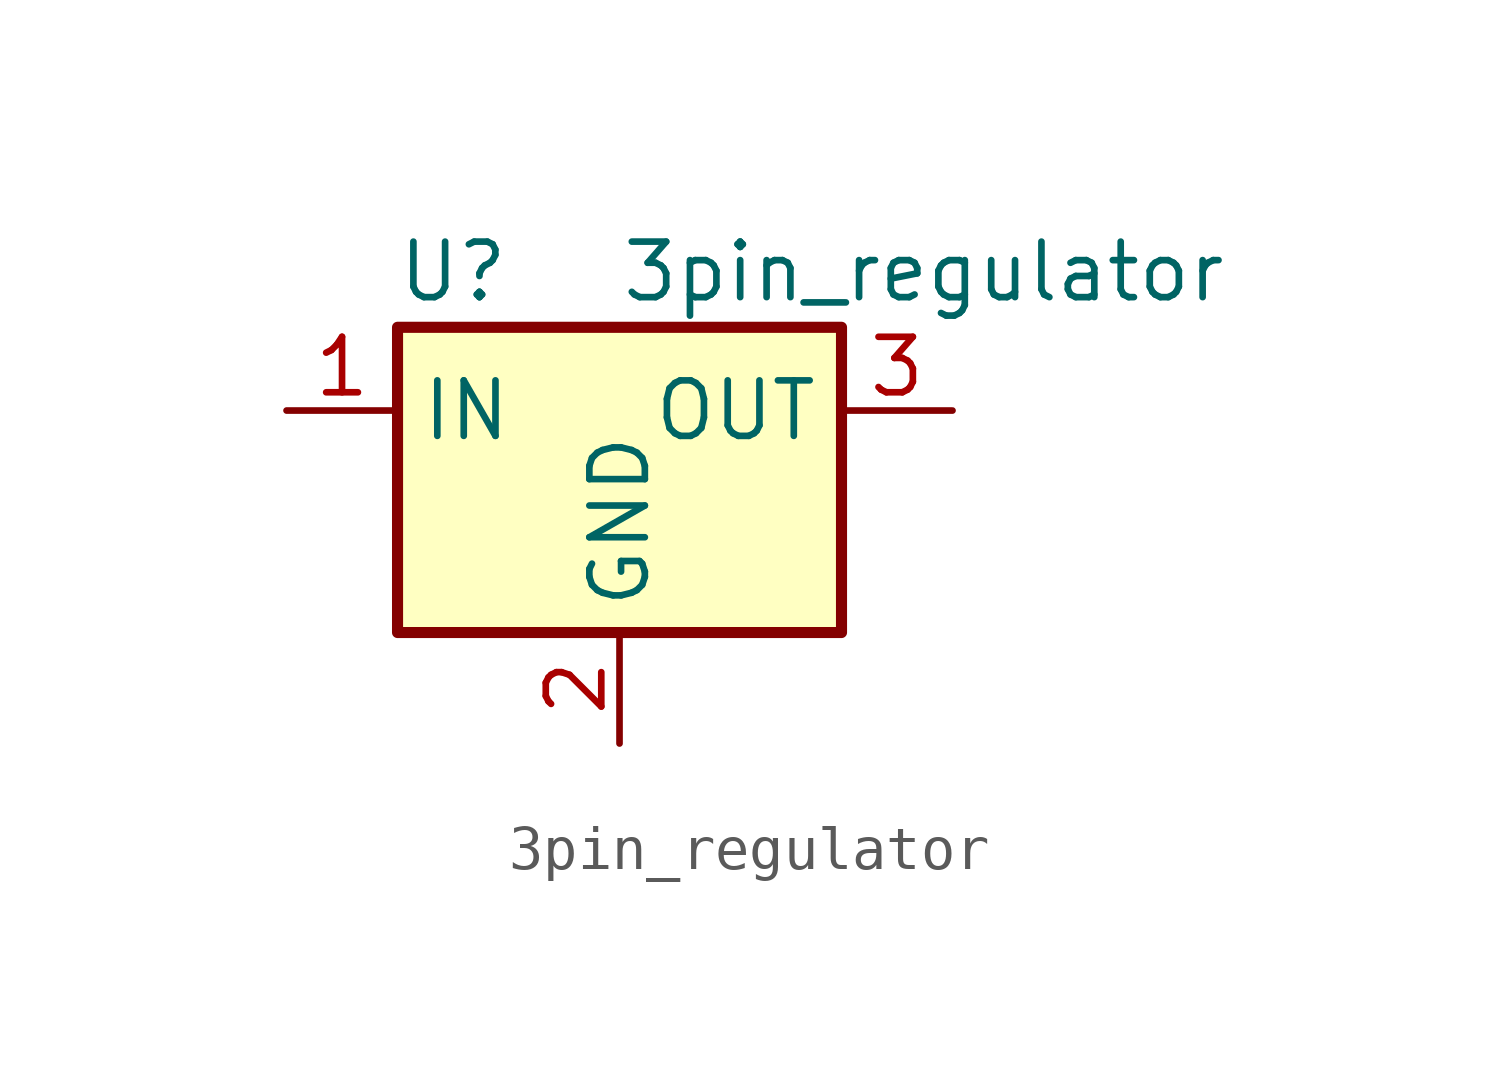
<source format=kicad_sym>
(kicad_symbol_lib
  (version 20231120)
  (generator "kicad_symbol_editor")
  (generator_version "8.0")
  (symbol "3pin_regulator"
    (property "Reference" "U"
      (at -3.81 3.175 0)
      (effects (font (size 1.27 1.27))))
    (property "Value" "3pin_regulator"
      (at 0 3.175 0)
      (effects (font (size 1.27 1.27)) (justify left)))
    (symbol "3pin_regulator_0_1"
      (rectangle (start -5.08 1.905) (end 5.08 -5.08) (stroke (width 0.254) (type default)) (fill (type background))))
    (symbol "3pin_regulator_1_1"
      (pin power_in line (at -7.62 0 0) (length 2.54) (name "IN" (effects (font (size 1.27 1.27)))) (number "1" (effects (font (size 1.27 1.27)))))
      (pin power_in line (at 0 -7.62 90) (length 2.54) (name "GND" (effects (font (size 1.27 1.27)))) (number "2" (effects (font (size 1.27 1.27)))))
      (pin power_out line (at 7.62 0 180) (length 2.54) (name "OUT" (effects (font (size 1.27 1.27)))) (number "3" (effects (font (size 1.27 1.27))))))))
</source>
